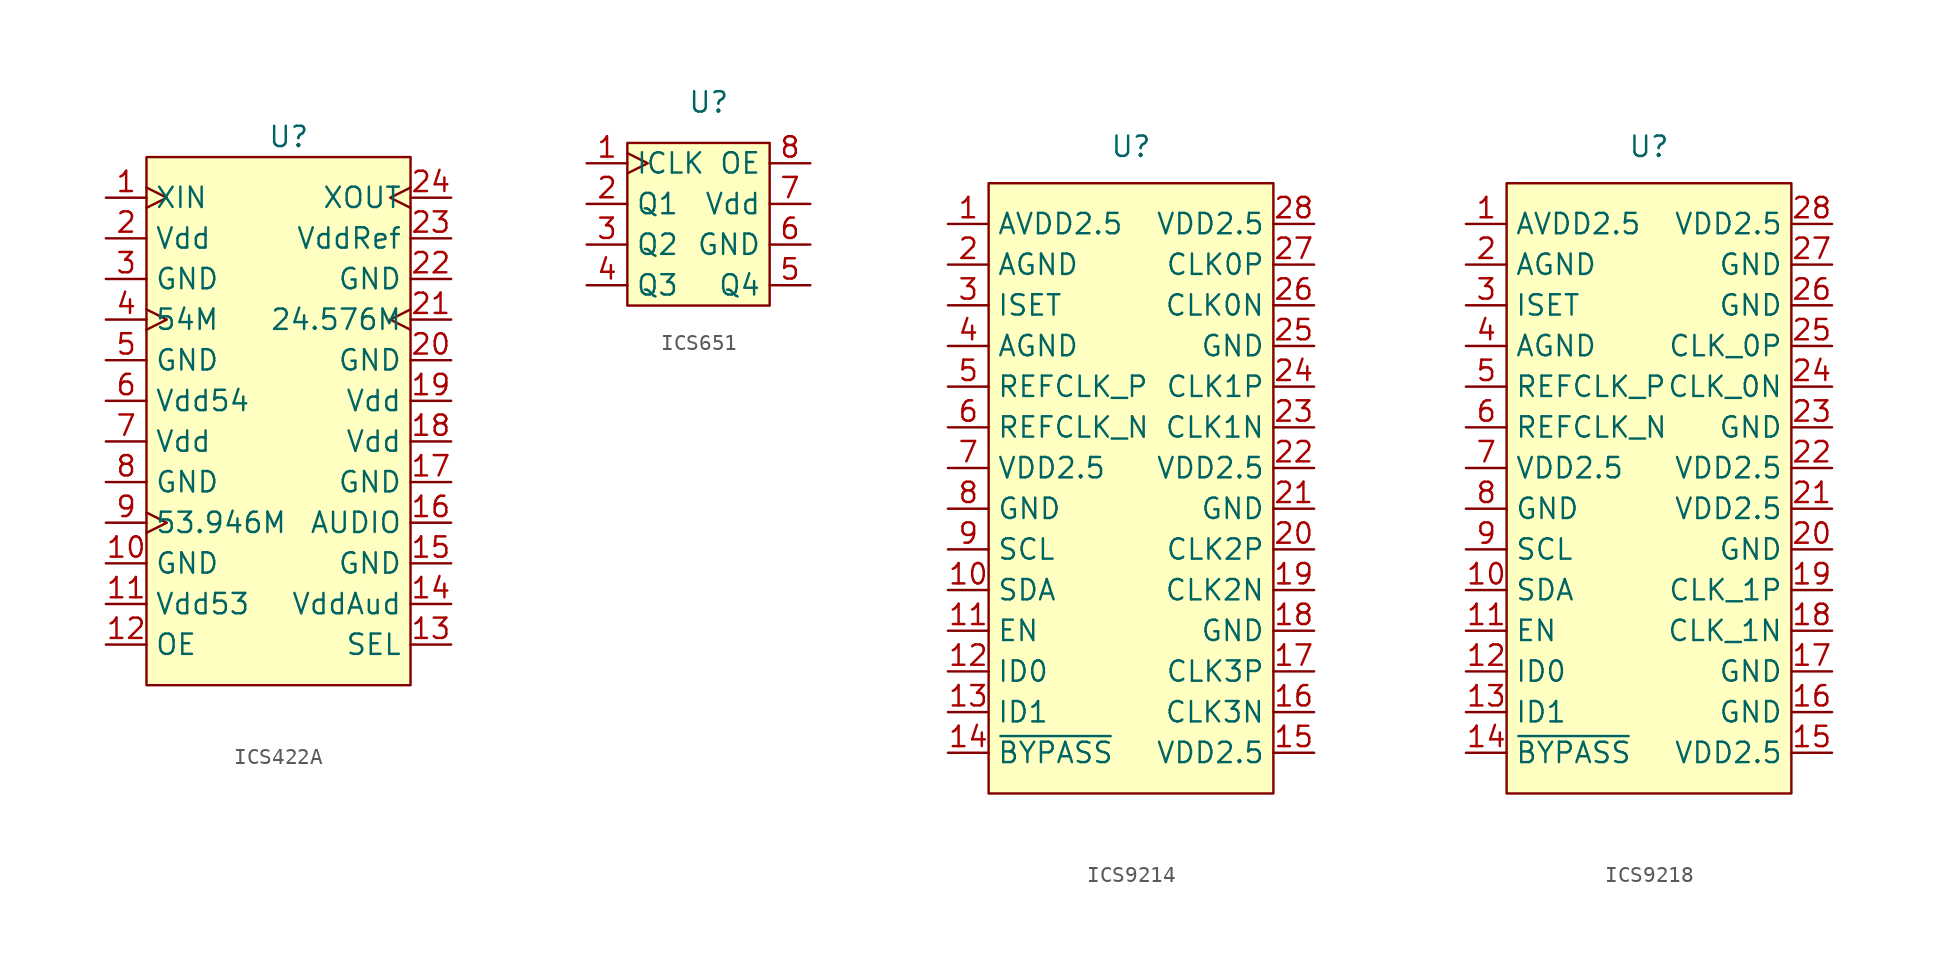
<source format=kicad_sym>
(kicad_symbol_lib
  (version 20231120)
  (generator "kicad_symbol_editor")
  (generator_version "8.0")
  (symbol "ICS422A"
    (property "Reference" "U"
      (at 0 0 0)
      (effects (font (size 1.27 1.27))))
    (property "Value" ""
      (at 0 0 0)
      (effects (font (size 1.27 1.27))))
    (symbol "ICS422A_0_0"
      (pin unspecified clock (at -11.43 -3.81 0) (length 2.54) (name "XIN" (effects (font (size 1.27 1.27)))) (number "1" (effects (font (size 1.27 1.27)))))
      (pin power_in line (at -11.43 -26.67 0) (length 2.54) (name "GND" (effects (font (size 1.27 1.27)))) (number "10" (effects (font (size 1.27 1.27)))))
      (pin power_in line (at -11.43 -29.21 0) (length 2.54) (name "Vdd53" (effects (font (size 1.27 1.27)))) (number "11" (effects (font (size 1.27 1.27)))))
      (pin input line (at -11.43 -31.75 0) (length 2.54) (name "OE" (effects (font (size 1.27 1.27)))) (number "12" (effects (font (size 1.27 1.27)))))
      (pin unspecified line (at 10.16 -31.75 180) (length 2.54) (name "SEL" (effects (font (size 1.27 1.27)))) (number "13" (effects (font (size 1.27 1.27)))))
      (pin power_in line (at 10.16 -29.21 180) (length 2.54) (name "VddAud" (effects (font (size 1.27 1.27)))) (number "14" (effects (font (size 1.27 1.27)))))
      (pin power_in line (at 10.16 -26.67 180) (length 2.54) (name "GND" (effects (font (size 1.27 1.27)))) (number "15" (effects (font (size 1.27 1.27)))))
      (pin unspecified line (at 10.16 -24.13 180) (length 2.54) (name "AUDIO" (effects (font (size 1.27 1.27)))) (number "16" (effects (font (size 1.27 1.27)))))
      (pin power_in line (at 10.16 -21.59 180) (length 2.54) (name "GND" (effects (font (size 1.27 1.27)))) (number "17" (effects (font (size 1.27 1.27)))))
      (pin power_in line (at 10.16 -19.05 180) (length 2.54) (name "Vdd" (effects (font (size 1.27 1.27)))) (number "18" (effects (font (size 1.27 1.27)))))
      (pin power_in line (at 10.16 -16.51 180) (length 2.54) (name "Vdd" (effects (font (size 1.27 1.27)))) (number "19" (effects (font (size 1.27 1.27)))))
      (pin power_in line (at -11.43 -6.35 0) (length 2.54) (name "Vdd" (effects (font (size 1.27 1.27)))) (number "2" (effects (font (size 1.27 1.27)))))
      (pin power_in line (at 10.16 -13.97 180) (length 2.54) (name "GND" (effects (font (size 1.27 1.27)))) (number "20" (effects (font (size 1.27 1.27)))))
      (pin unspecified clock (at 10.16 -11.43 180) (length 2.54) (name "24.576M" (effects (font (size 1.27 1.27)))) (number "21" (effects (font (size 1.27 1.27)))))
      (pin power_in line (at 10.16 -8.89 180) (length 2.54) (name "GND" (effects (font (size 1.27 1.27)))) (number "22" (effects (font (size 1.27 1.27)))))
      (pin power_in line (at 10.16 -6.35 180) (length 2.54) (name "VddRef" (effects (font (size 1.27 1.27)))) (number "23" (effects (font (size 1.27 1.27)))))
      (pin unspecified clock (at 10.16 -3.81 180) (length 2.54) (name "XOUT" (effects (font (size 1.27 1.27)))) (number "24" (effects (font (size 1.27 1.27)))))
      (pin power_in line (at -11.43 -8.89 0) (length 2.54) (name "GND" (effects (font (size 1.27 1.27)))) (number "3" (effects (font (size 1.27 1.27)))))
      (pin unspecified clock (at -11.43 -11.43 0) (length 2.54) (name "54M" (effects (font (size 1.27 1.27)))) (number "4" (effects (font (size 1.27 1.27)))))
      (pin power_in line (at -11.43 -13.97 0) (length 2.54) (name "GND" (effects (font (size 1.27 1.27)))) (number "5" (effects (font (size 1.27 1.27)))))
      (pin power_in line (at -11.43 -16.51 0) (length 2.54) (name "Vdd54" (effects (font (size 1.27 1.27)))) (number "6" (effects (font (size 1.27 1.27)))))
      (pin power_in line (at -11.43 -19.05 0) (length 2.54) (name "Vdd" (effects (font (size 1.27 1.27)))) (number "7" (effects (font (size 1.27 1.27)))))
      (pin power_in line (at -11.43 -21.59 0) (length 2.54) (name "GND" (effects (font (size 1.27 1.27)))) (number "8" (effects (font (size 1.27 1.27)))))
      (pin unspecified clock (at -11.43 -24.13 0) (length 2.54) (name "53.946M" (effects (font (size 1.27 1.27)))) (number "9" (effects (font (size 1.27 1.27))))))
    (symbol "ICS422A_1_1"
      (rectangle (start -8.89 -1.27) (end 7.62 -34.29) (stroke (width 0) (type default)) (fill (type background)))))
  (symbol "ICS651"
    (property "Reference" "U"
      (at 0 0 0)
      (effects (font (size 1.27 1.27))))
    (property "Value" ""
      (at 0 0 0)
      (effects (font (size 1.27 1.27))))
    (symbol "ICS651_0_0"
      (pin input clock (at -7.62 -3.81 0) (length 2.54) (name "ICLK" (effects (font (size 1.27 1.27)))) (number "1" (effects (font (size 1.27 1.27)))))
      (pin output line (at -7.62 -6.35 0) (length 2.54) (name "Q1" (effects (font (size 1.27 1.27)))) (number "2" (effects (font (size 1.27 1.27)))))
      (pin output line (at -7.62 -8.89 0) (length 2.54) (name "Q2" (effects (font (size 1.27 1.27)))) (number "3" (effects (font (size 1.27 1.27)))))
      (pin output line (at -7.62 -11.43 0) (length 2.54) (name "Q3" (effects (font (size 1.27 1.27)))) (number "4" (effects (font (size 1.27 1.27)))))
      (pin output line (at 6.35 -11.43 180) (length 2.54) (name "Q4" (effects (font (size 1.27 1.27)))) (number "5" (effects (font (size 1.27 1.27)))))
      (pin power_in line (at 6.35 -8.89 180) (length 2.54) (name "GND" (effects (font (size 1.27 1.27)))) (number "6" (effects (font (size 1.27 1.27)))))
      (pin power_in line (at 6.35 -6.35 180) (length 2.54) (name "Vdd" (effects (font (size 1.27 1.27)))) (number "7" (effects (font (size 1.27 1.27)))))
      (pin input line (at 6.35 -3.81 180) (length 2.54) (name "OE" (effects (font (size 1.27 1.27)))) (number "8" (effects (font (size 1.27 1.27))))))
    (symbol "ICS651_1_1"
      (rectangle (start -5.08 -2.54) (end 3.81 -12.7) (stroke (width 0) (type default)) (fill (type background)))))
  (symbol "ICS9214"
    (property "Reference" "U"
      (at 0 4.826 0)
      (effects (font (size 1.27 1.27))))
    (property "Value" ""
      (at -11.43 0 0)
      (effects (font (size 1.27 1.27))))
    (symbol "ICS9214_0_0"
      (pin power_in line (at -11.43 0 0) (length 2.54) (name "AVDD2.5" (effects (font (size 1.27 1.27)))) (number "1" (effects (font (size 1.27 1.27)))))
      (pin unspecified line (at -11.43 -22.86 0) (length 2.54) (name "SDA" (effects (font (size 1.27 1.27)))) (number "10" (effects (font (size 1.27 1.27)))))
      (pin unspecified line (at -11.43 -25.4 0) (length 2.54) (name "EN" (effects (font (size 1.27 1.27)))) (number "11" (effects (font (size 1.27 1.27)))))
      (pin unspecified line (at -11.43 -27.94 0) (length 2.54) (name "ID0" (effects (font (size 1.27 1.27)))) (number "12" (effects (font (size 1.27 1.27)))))
      (pin unspecified line (at -11.43 -30.48 0) (length 2.54) (name "ID1" (effects (font (size 1.27 1.27)))) (number "13" (effects (font (size 1.27 1.27)))))
      (pin unspecified line (at -11.43 -33.02 0) (length 2.54) (name "~{BYPASS}" (effects (font (size 1.27 1.27)))) (number "14" (effects (font (size 1.27 1.27)))))
      (pin power_in line (at 11.43 -33.02 180) (length 2.54) (name "VDD2.5" (effects (font (size 1.27 1.27)))) (number "15" (effects (font (size 1.27 1.27)))))
      (pin power_in line (at -11.43 -2.54 0) (length 2.54) (name "AGND" (effects (font (size 1.27 1.27)))) (number "2" (effects (font (size 1.27 1.27)))))
      (pin power_in line (at 11.43 -15.24 180) (length 2.54) (name "VDD2.5" (effects (font (size 1.27 1.27)))) (number "22" (effects (font (size 1.27 1.27)))))
      (pin power_in line (at 11.43 0 180) (length 2.54) (name "VDD2.5" (effects (font (size 1.27 1.27)))) (number "28" (effects (font (size 1.27 1.27)))))
      (pin unspecified line (at -11.43 -5.08 0) (length 2.54) (name "ISET" (effects (font (size 1.27 1.27)))) (number "3" (effects (font (size 1.27 1.27)))))
      (pin power_in line (at -11.43 -7.62 0) (length 2.54) (name "AGND" (effects (font (size 1.27 1.27)))) (number "4" (effects (font (size 1.27 1.27)))))
      (pin unspecified line (at -11.43 -10.16 0) (length 2.54) (name "REFCLK_P" (effects (font (size 1.27 1.27)))) (number "5" (effects (font (size 1.27 1.27)))))
      (pin unspecified line (at -11.43 -12.7 0) (length 2.54) (name "REFCLK_N" (effects (font (size 1.27 1.27)))) (number "6" (effects (font (size 1.27 1.27)))))
      (pin power_in line (at -11.43 -15.24 0) (length 2.54) (name "VDD2.5" (effects (font (size 1.27 1.27)))) (number "7" (effects (font (size 1.27 1.27)))))
      (pin power_in line (at -11.43 -17.78 0) (length 2.54) (name "GND" (effects (font (size 1.27 1.27)))) (number "8" (effects (font (size 1.27 1.27)))))
      (pin unspecified line (at -11.43 -20.32 0) (length 2.54) (name "SCL" (effects (font (size 1.27 1.27)))) (number "9" (effects (font (size 1.27 1.27))))))
    (symbol "ICS9214_1_0"
      (pin power_in line (at 11.43 -30.48 180) (length 2.54) (name "CLK3N" (effects (font (size 1.27 1.27)))) (number "16" (effects (font (size 1.27 1.27)))))
      (pin power_in line (at 11.43 -27.94 180) (length 2.54) (name "CLK3P" (effects (font (size 1.27 1.27)))) (number "17" (effects (font (size 1.27 1.27)))))
      (pin unspecified line (at 11.43 -25.4 180) (length 2.54) (name "GND" (effects (font (size 1.27 1.27)))) (number "18" (effects (font (size 1.27 1.27)))))
      (pin unspecified line (at 11.43 -22.86 180) (length 2.54) (name "CLK2N" (effects (font (size 1.27 1.27)))) (number "19" (effects (font (size 1.27 1.27)))))
      (pin power_in line (at 11.43 -20.32 180) (length 2.54) (name "CLK2P" (effects (font (size 1.27 1.27)))) (number "20" (effects (font (size 1.27 1.27)))))
      (pin power_in line (at 11.43 -17.78 180) (length 2.54) (name "GND" (effects (font (size 1.27 1.27)))) (number "21" (effects (font (size 1.27 1.27)))))
      (pin power_in line (at 11.43 -12.7 180) (length 2.54) (name "CLK1N" (effects (font (size 1.27 1.27)))) (number "23" (effects (font (size 1.27 1.27)))))
      (pin unspecified line (at 11.43 -10.16 180) (length 2.54) (name "CLK1P" (effects (font (size 1.27 1.27)))) (number "24" (effects (font (size 1.27 1.27)))))
      (pin unspecified line (at 11.43 -7.62 180) (length 2.54) (name "GND" (effects (font (size 1.27 1.27)))) (number "25" (effects (font (size 1.27 1.27)))))
      (pin power_in line (at 11.43 -5.08 180) (length 2.54) (name "CLK0N" (effects (font (size 1.27 1.27)))) (number "26" (effects (font (size 1.27 1.27)))))
      (pin power_in line (at 11.43 -2.54 180) (length 2.54) (name "CLK0P" (effects (font (size 1.27 1.27)))) (number "27" (effects (font (size 1.27 1.27))))))
    (symbol "ICS9214_1_1"
      (rectangle (start -8.89 2.54) (end 8.89 -35.56) (stroke (width 0) (type default)) (fill (type background)))))
  (symbol "ICS9218"
    (property "Reference" "U"
      (at 0 4.826 0)
      (effects (font (size 1.27 1.27))))
    (property "Value" ""
      (at -11.43 0 0)
      (effects (font (size 1.27 1.27))))
    (symbol "ICS9218_0_0"
      (pin power_in line (at -11.43 0 0) (length 2.54) (name "AVDD2.5" (effects (font (size 1.27 1.27)))) (number "1" (effects (font (size 1.27 1.27)))))
      (pin unspecified line (at -11.43 -22.86 0) (length 2.54) (name "SDA" (effects (font (size 1.27 1.27)))) (number "10" (effects (font (size 1.27 1.27)))))
      (pin unspecified line (at -11.43 -25.4 0) (length 2.54) (name "EN" (effects (font (size 1.27 1.27)))) (number "11" (effects (font (size 1.27 1.27)))))
      (pin unspecified line (at -11.43 -27.94 0) (length 2.54) (name "ID0" (effects (font (size 1.27 1.27)))) (number "12" (effects (font (size 1.27 1.27)))))
      (pin unspecified line (at -11.43 -30.48 0) (length 2.54) (name "ID1" (effects (font (size 1.27 1.27)))) (number "13" (effects (font (size 1.27 1.27)))))
      (pin unspecified line (at -11.43 -33.02 0) (length 2.54) (name "~{BYPASS}" (effects (font (size 1.27 1.27)))) (number "14" (effects (font (size 1.27 1.27)))))
      (pin power_in line (at 11.43 -33.02 180) (length 2.54) (name "VDD2.5" (effects (font (size 1.27 1.27)))) (number "15" (effects (font (size 1.27 1.27)))))
      (pin power_in line (at 11.43 -30.48 180) (length 2.54) (name "GND" (effects (font (size 1.27 1.27)))) (number "16" (effects (font (size 1.27 1.27)))))
      (pin power_in line (at 11.43 -27.94 180) (length 2.54) (name "GND" (effects (font (size 1.27 1.27)))) (number "17" (effects (font (size 1.27 1.27)))))
      (pin unspecified line (at 11.43 -25.4 180) (length 2.54) (name "CLK_1N" (effects (font (size 1.27 1.27)))) (number "18" (effects (font (size 1.27 1.27)))))
      (pin unspecified line (at 11.43 -22.86 180) (length 2.54) (name "CLK_1P" (effects (font (size 1.27 1.27)))) (number "19" (effects (font (size 1.27 1.27)))))
      (pin power_in line (at -11.43 -2.54 0) (length 2.54) (name "AGND" (effects (font (size 1.27 1.27)))) (number "2" (effects (font (size 1.27 1.27)))))
      (pin power_in line (at 11.43 -20.32 180) (length 2.54) (name "GND" (effects (font (size 1.27 1.27)))) (number "20" (effects (font (size 1.27 1.27)))))
      (pin power_in line (at 11.43 -17.78 180) (length 2.54) (name "VDD2.5" (effects (font (size 1.27 1.27)))) (number "21" (effects (font (size 1.27 1.27)))))
      (pin power_in line (at 11.43 -15.24 180) (length 2.54) (name "VDD2.5" (effects (font (size 1.27 1.27)))) (number "22" (effects (font (size 1.27 1.27)))))
      (pin power_in line (at 11.43 -12.7 180) (length 2.54) (name "GND" (effects (font (size 1.27 1.27)))) (number "23" (effects (font (size 1.27 1.27)))))
      (pin unspecified line (at 11.43 -10.16 180) (length 2.54) (name "CLK_0N" (effects (font (size 1.27 1.27)))) (number "24" (effects (font (size 1.27 1.27)))))
      (pin unspecified line (at 11.43 -7.62 180) (length 2.54) (name "CLK_0P" (effects (font (size 1.27 1.27)))) (number "25" (effects (font (size 1.27 1.27)))))
      (pin power_in line (at 11.43 -5.08 180) (length 2.54) (name "GND" (effects (font (size 1.27 1.27)))) (number "26" (effects (font (size 1.27 1.27)))))
      (pin power_in line (at 11.43 -2.54 180) (length 2.54) (name "GND" (effects (font (size 1.27 1.27)))) (number "27" (effects (font (size 1.27 1.27)))))
      (pin power_in line (at 11.43 0 180) (length 2.54) (name "VDD2.5" (effects (font (size 1.27 1.27)))) (number "28" (effects (font (size 1.27 1.27)))))
      (pin unspecified line (at -11.43 -5.08 0) (length 2.54) (name "ISET" (effects (font (size 1.27 1.27)))) (number "3" (effects (font (size 1.27 1.27)))))
      (pin power_in line (at -11.43 -7.62 0) (length 2.54) (name "AGND" (effects (font (size 1.27 1.27)))) (number "4" (effects (font (size 1.27 1.27)))))
      (pin unspecified line (at -11.43 -10.16 0) (length 2.54) (name "REFCLK_P" (effects (font (size 1.27 1.27)))) (number "5" (effects (font (size 1.27 1.27)))))
      (pin unspecified line (at -11.43 -12.7 0) (length 2.54) (name "REFCLK_N" (effects (font (size 1.27 1.27)))) (number "6" (effects (font (size 1.27 1.27)))))
      (pin power_in line (at -11.43 -15.24 0) (length 2.54) (name "VDD2.5" (effects (font (size 1.27 1.27)))) (number "7" (effects (font (size 1.27 1.27)))))
      (pin power_in line (at -11.43 -17.78 0) (length 2.54) (name "GND" (effects (font (size 1.27 1.27)))) (number "8" (effects (font (size 1.27 1.27)))))
      (pin unspecified line (at -11.43 -20.32 0) (length 2.54) (name "SCL" (effects (font (size 1.27 1.27)))) (number "9" (effects (font (size 1.27 1.27))))))
    (symbol "ICS9218_1_1"
      (rectangle (start -8.89 2.54) (end 8.89 -35.56) (stroke (width 0) (type default)) (fill (type background))))))
</source>
